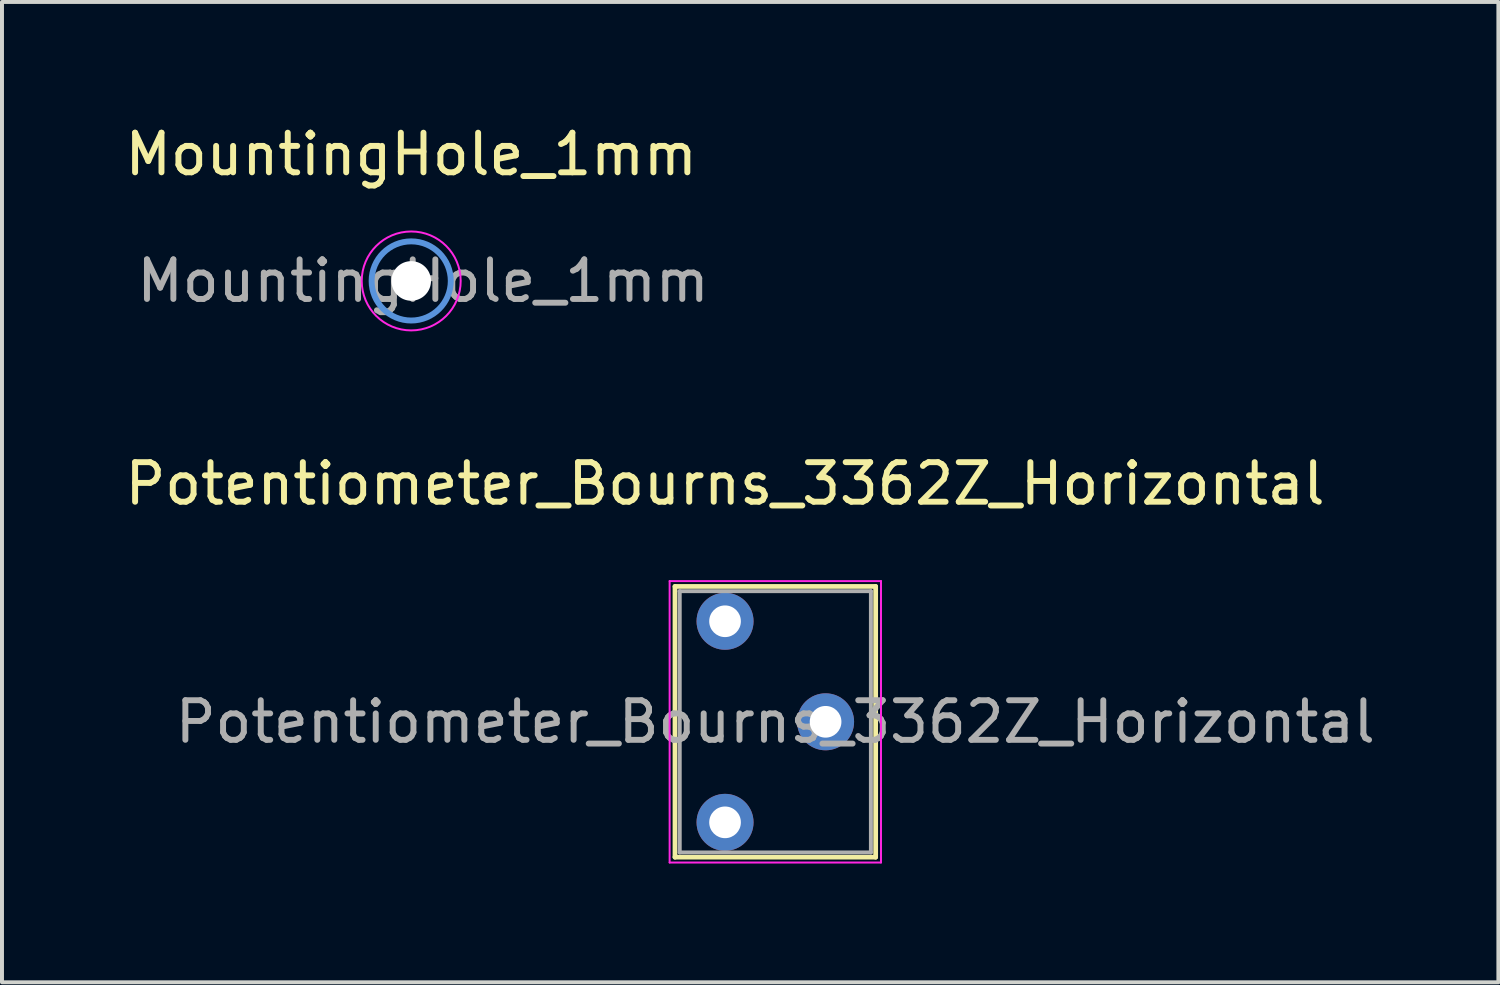
<source format=kicad_pcb>
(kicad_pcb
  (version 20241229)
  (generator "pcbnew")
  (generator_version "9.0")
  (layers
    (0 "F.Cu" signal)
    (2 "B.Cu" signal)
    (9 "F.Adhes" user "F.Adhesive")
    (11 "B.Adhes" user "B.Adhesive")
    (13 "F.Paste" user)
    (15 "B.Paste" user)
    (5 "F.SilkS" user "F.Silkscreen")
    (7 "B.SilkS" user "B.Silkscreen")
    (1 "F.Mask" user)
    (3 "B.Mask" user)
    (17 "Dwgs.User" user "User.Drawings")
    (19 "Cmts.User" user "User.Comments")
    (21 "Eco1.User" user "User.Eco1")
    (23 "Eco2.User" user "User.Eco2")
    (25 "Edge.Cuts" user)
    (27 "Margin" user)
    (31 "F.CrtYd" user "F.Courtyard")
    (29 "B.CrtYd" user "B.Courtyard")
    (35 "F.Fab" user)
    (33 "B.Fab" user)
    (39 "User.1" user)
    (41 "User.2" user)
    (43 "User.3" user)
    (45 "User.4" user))
  (footprint "MountingHole_1mm"
    (layer "F.Cu")
    (at 7.339 4.048)
    (property "Reference" "MountingHole_1mm" (at 0 -3.2 0) (layer "F.SilkS") (effects (font (size 1 1) (thickness 0.15))))
    (attr exclude_from_pos_files exclude_from_bom)
    (fp_circle (center 0 0) (end 1 0) (stroke (width 0.15) (type solid)) (fill no) (layer "Cmts.User"))
    (fp_circle (center 0 0) (end 1.25 0) (stroke (width 0.05) (type solid)) (fill no) (layer "F.CrtYd"))
    (fp_text user "${REFERENCE}" (at 0.3 0 0) (layer "F.Fab") (effects (font (size 1 1) (thickness 0.15))))
    (pad "" np_thru_hole circle (at 0 0) (size 1 1) (drill 1) (layers "*.Cu" "*.Mask")))
  (footprint "Potentiometer_Bourns_3362Z_Horizontal"
    (layer "F.Cu")
    (at 15.268 12.646)
    (property "Reference" "Potentiometer_Bourns_3362Z_Horizontal" (at 0 -3.475 0) (layer "F.SilkS") (effects (font (size 1 1) (thickness 0.15))))
    (attr through_hole)
    (fp_line (start -1.265 -0.88) (end -1.265 5.96) (stroke (width 0.12) (type solid)) (layer "F.SilkS"))
    (fp_line (start -1.265 -0.88) (end 3.805 -0.88) (stroke (width 0.12) (type solid)) (layer "F.SilkS"))
    (fp_line (start -1.265 5.96) (end 3.805 5.96) (stroke (width 0.12) (type solid)) (layer "F.SilkS"))
    (fp_line (start 3.805 -0.88) (end 3.805 5.96) (stroke (width 0.12) (type solid)) (layer "F.SilkS"))
    (fp_line (start -1.4 -1.015) (end -1.4 6.095) (stroke (width 0.05) (type solid)) (layer "F.CrtYd"))
    (fp_line (start -1.4 6.095) (end 3.94 6.095) (stroke (width 0.05) (type solid)) (layer "F.CrtYd"))
    (fp_line (start 3.94 -1.015) (end -1.4 -1.015) (stroke (width 0.05) (type solid)) (layer "F.CrtYd"))
    (fp_line (start 3.94 6.095) (end 3.94 -1.015) (stroke (width 0.05) (type solid)) (layer "F.CrtYd"))
    (fp_line (start -1.15 -0.76) (end 3.685 -0.76) (stroke (width 0.1) (type solid)) (layer "F.Fab"))
    (fp_line (start -1.145 5.84) (end -1.145 -0.76) (stroke (width 0.1) (type solid)) (layer "F.Fab"))
    (fp_line (start 3.685 -0.76) (end 3.685 5.84) (stroke (width 0.1) (type solid)) (layer "F.Fab"))
    (fp_line (start 3.685 5.84) (end -1.145 5.84) (stroke (width 0.1) (type solid)) (layer "F.Fab"))
    (fp_text user "${REFERENCE}" (at 1.27 2.54 0) (layer "F.Fab") (effects (font (size 1 1) (thickness 0.15))))
    (pad "1" thru_hole circle (at 0 0) (size 1.44 1.44) (drill 0.8) (layers "*.Cu" "*.Mask"))
    (pad "2" thru_hole circle (at 2.54 2.54) (size 1.44 1.44) (drill 0.8) (layers "*.Cu" "*.Mask"))
    (pad "3" thru_hole circle (at 0 5.08) (size 1.44 1.44) (drill 0.8) (layers "*.Cu" "*.Mask")))
  (gr_rect
    (start -3 -3)
    (end 34.806 21.767)
    (stroke (width 0.1) (type default))
    (fill no)
    (layer "Edge.Cuts")))
</source>
